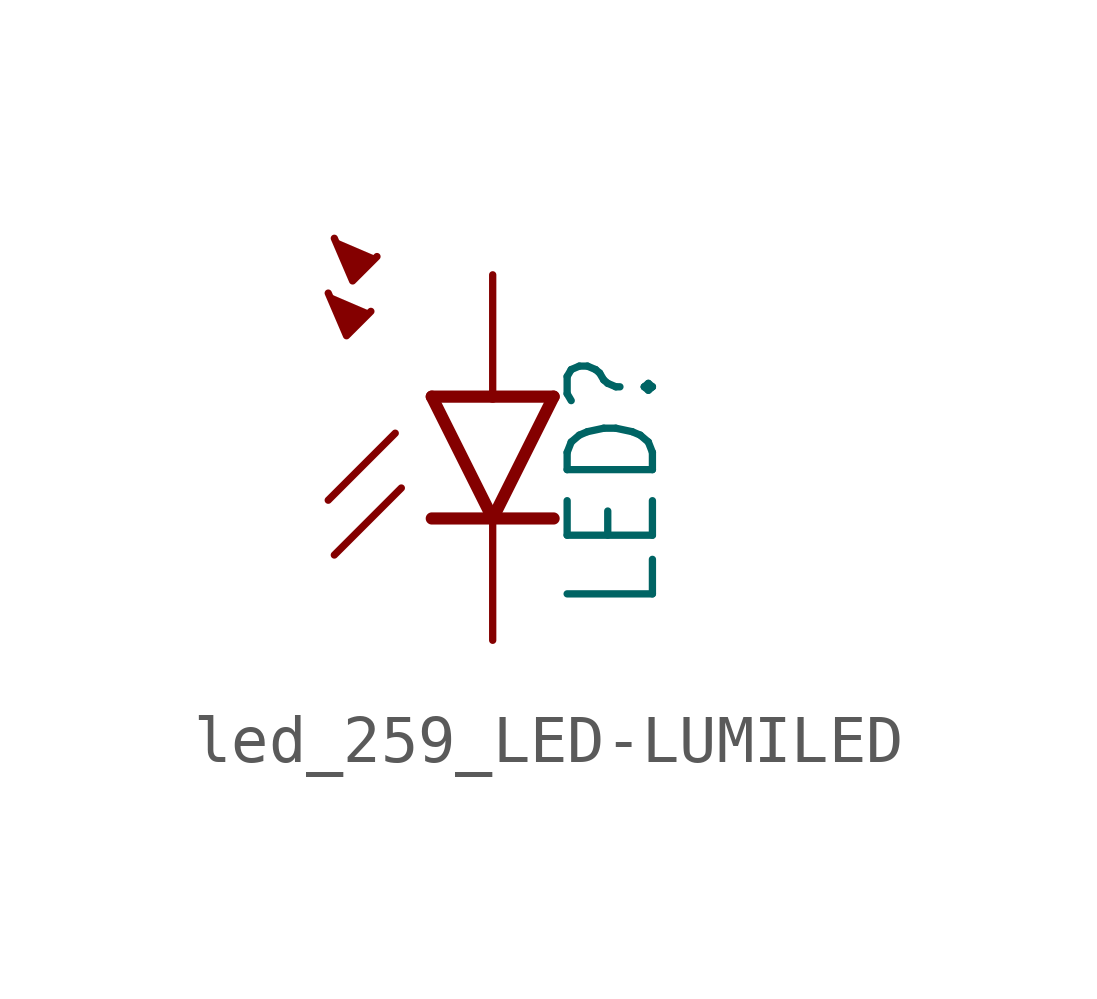
<source format=kicad_sym>
(kicad_symbol_lib
  (version 20241209)
  (generator "kicad_symbol_editor")
  (generator_version "9.0")
  (symbol "led_259_LED-LUMILED"
    (property "Reference" "LED"
      (at 3.556 -4.572 90)
      (effects (font (size 1.778 1.511)) (justify left bottom)))
    (property "Value" ""
      (at 5.715 -4.572 90)
      (effects (font (size 1.778 1.511)) (justify left bottom)))
    (property "ki_locked" ""
      (at 0 0 0)
      (effects (font (size 1.27 1.27))))
    (symbol "led_259_LED-LUMILED_1_0"
      (polyline (pts (xy -3.429 2.159) (xy -3.048 1.27) (xy -2.54 1.778)) (stroke (width 0.152) (type solid)) (fill (type outline)))
      (polyline (pts (xy -3.302 3.302) (xy -2.921 2.413) (xy -2.413 2.921)) (stroke (width 0.152) (type solid)) (fill (type outline)))
      (polyline (pts (xy -2.032 -0.762) (xy -3.429 -2.159)) (stroke (width 0.152) (type solid)) (fill (type none)))
      (polyline (pts (xy -1.905 -1.905) (xy -3.302 -3.302)) (stroke (width 0.152) (type solid)) (fill (type none)))
      (polyline (pts (xy 0 0) (xy -1.27 0)) (stroke (width 0.254) (type solid)) (fill (type none)))
      (polyline (pts (xy 0 -2.54) (xy -1.27 0)) (stroke (width 0.254) (type solid)) (fill (type none)))
      (polyline (pts (xy 0 -2.54) (xy -1.27 -2.54)) (stroke (width 0.254) (type solid)) (fill (type none)))
      (polyline (pts (xy 1.27 0) (xy 0 0)) (stroke (width 0.254) (type solid)) (fill (type none)))
      (polyline (pts (xy 1.27 0) (xy 0 -2.54)) (stroke (width 0.254) (type solid)) (fill (type none)))
      (polyline (pts (xy 1.27 -2.54) (xy 0 -2.54)) (stroke (width 0.254) (type solid)) (fill (type none)))
      (pin passive line (at 0 2.54 270) (length 2.54) (name "A" (effects (font (size 0 0)))) (number "2+" (effects (font (size 0 0)))))
      (pin passive line (at 0 -5.08 90) (length 2.54) (name "C" (effects (font (size 0 0)))) (number "4-" (effects (font (size 0 0))))))))
</source>
